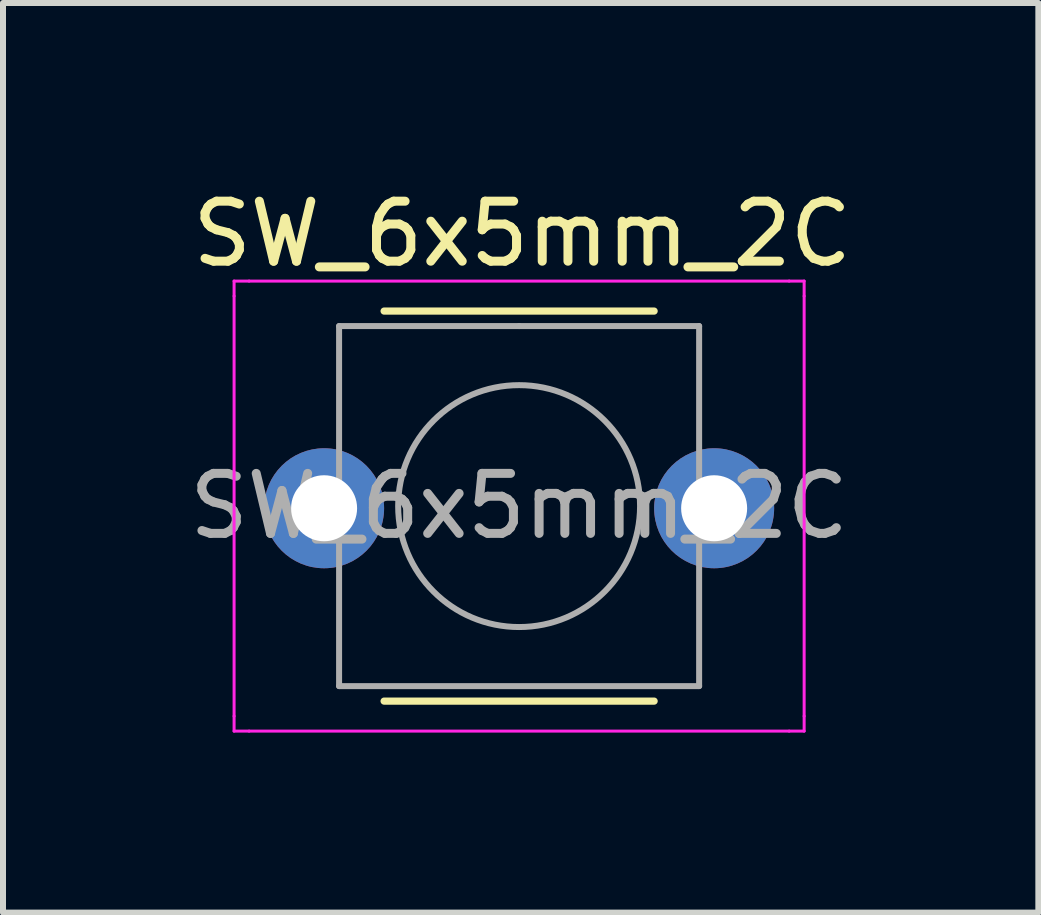
<source format=kicad_pcb>
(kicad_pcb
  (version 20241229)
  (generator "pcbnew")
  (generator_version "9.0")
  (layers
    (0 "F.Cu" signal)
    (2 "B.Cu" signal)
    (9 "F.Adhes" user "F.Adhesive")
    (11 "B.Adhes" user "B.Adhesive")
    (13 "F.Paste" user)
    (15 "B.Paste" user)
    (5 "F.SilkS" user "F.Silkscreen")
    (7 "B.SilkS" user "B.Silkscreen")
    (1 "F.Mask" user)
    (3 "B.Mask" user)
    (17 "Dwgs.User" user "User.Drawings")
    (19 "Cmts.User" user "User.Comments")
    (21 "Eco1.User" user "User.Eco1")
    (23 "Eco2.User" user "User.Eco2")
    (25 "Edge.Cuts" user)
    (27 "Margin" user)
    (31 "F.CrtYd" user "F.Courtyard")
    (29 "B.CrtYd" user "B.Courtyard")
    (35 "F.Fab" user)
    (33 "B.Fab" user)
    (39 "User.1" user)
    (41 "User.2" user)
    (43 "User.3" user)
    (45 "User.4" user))
  (footprint "SW_6x5mm_2C"
    (layer "F.Cu")
    (at 2.351 5.42)
    (property "Reference" "SW_6x5mm_2C" (at 3.302 -4.572 180) (layer "F.SilkS") (effects (font (size 1 1) (thickness 0.15))))
    (attr through_hole)
    (fp_line (start 1 3.214) (end 5.5 3.214) (stroke (width 0.12) (type solid)) (layer "F.SilkS"))
    (fp_line (start 5.5 -3.286) (end 1 -3.286) (stroke (width 0.12) (type solid)) (layer "F.SilkS"))
    (fp_line (start -1.5 -3.786) (end -1.25 -3.786) (stroke (width 0.05) (type solid)) (layer "F.CrtYd"))
    (fp_line (start -1.5 -3.536) (end -1.5 -3.786) (stroke (width 0.05) (type solid)) (layer "F.CrtYd"))
    (fp_line (start -1.5 3.464) (end -1.5 -3.536) (stroke (width 0.05) (type solid)) (layer "F.CrtYd"))
    (fp_line (start -1.5 3.464) (end -1.5 3.714) (stroke (width 0.05) (type solid)) (layer "F.CrtYd"))
    (fp_line (start -1.5 3.714) (end -1.25 3.714) (stroke (width 0.05) (type solid)) (layer "F.CrtYd"))
    (fp_line (start -1.25 -3.786) (end 7.75 -3.786) (stroke (width 0.05) (type solid)) (layer "F.CrtYd"))
    (fp_line (start 7.75 -3.786) (end 8 -3.786) (stroke (width 0.05) (type solid)) (layer "F.CrtYd"))
    (fp_line (start 7.75 3.714) (end -1.25 3.714) (stroke (width 0.05) (type solid)) (layer "F.CrtYd"))
    (fp_line (start 7.75 3.714) (end 8 3.714) (stroke (width 0.05) (type solid)) (layer "F.CrtYd"))
    (fp_line (start 8 -3.786) (end 8 -3.536) (stroke (width 0.05) (type solid)) (layer "F.CrtYd"))
    (fp_line (start 8 -3.536) (end 8 3.464) (stroke (width 0.05) (type solid)) (layer "F.CrtYd"))
    (fp_line (start 8 3.714) (end 8 3.464) (stroke (width 0.05) (type solid)) (layer "F.CrtYd"))
    (fp_line (start 0.25 -3.036) (end 3.25 -3.036) (stroke (width 0.1) (type solid)) (layer "F.Fab"))
    (fp_line (start 0.25 2.964) (end 0.25 -3.036) (stroke (width 0.1) (type solid)) (layer "F.Fab"))
    (fp_line (start 3.25 -3.036) (end 6.25 -3.036) (stroke (width 0.1) (type solid)) (layer "F.Fab"))
    (fp_line (start 6.25 -3.036) (end 6.25 2.964) (stroke (width 0.1) (type solid)) (layer "F.Fab"))
    (fp_line (start 6.25 2.964) (end 0.25 2.964) (stroke (width 0.1) (type solid)) (layer "F.Fab"))
    (fp_circle (center 3.25 -0.036) (end 1.25 0.214) (stroke (width 0.1) (type solid)) (fill no) (layer "F.Fab"))
    (fp_text user "${REFERENCE}" (at 3.25 -0.036 180) (layer "F.Fab") (effects (font (size 1 1) (thickness 0.15))))
    (pad "1" thru_hole circle (at 0 0 90) (size 2 2) (drill 1.1) (layers "*.Cu" "*.Mask"))
    (pad "2" thru_hole circle (at 6.5 0 90) (size 2 2) (drill 1.1) (layers "*.Cu" "*.Mask")))
  (gr_rect
    (start -3 -3)
    (end 14.254 12.159)
    (stroke (width 0.1) (type default))
    (fill no)
    (layer "Edge.Cuts")))
</source>
